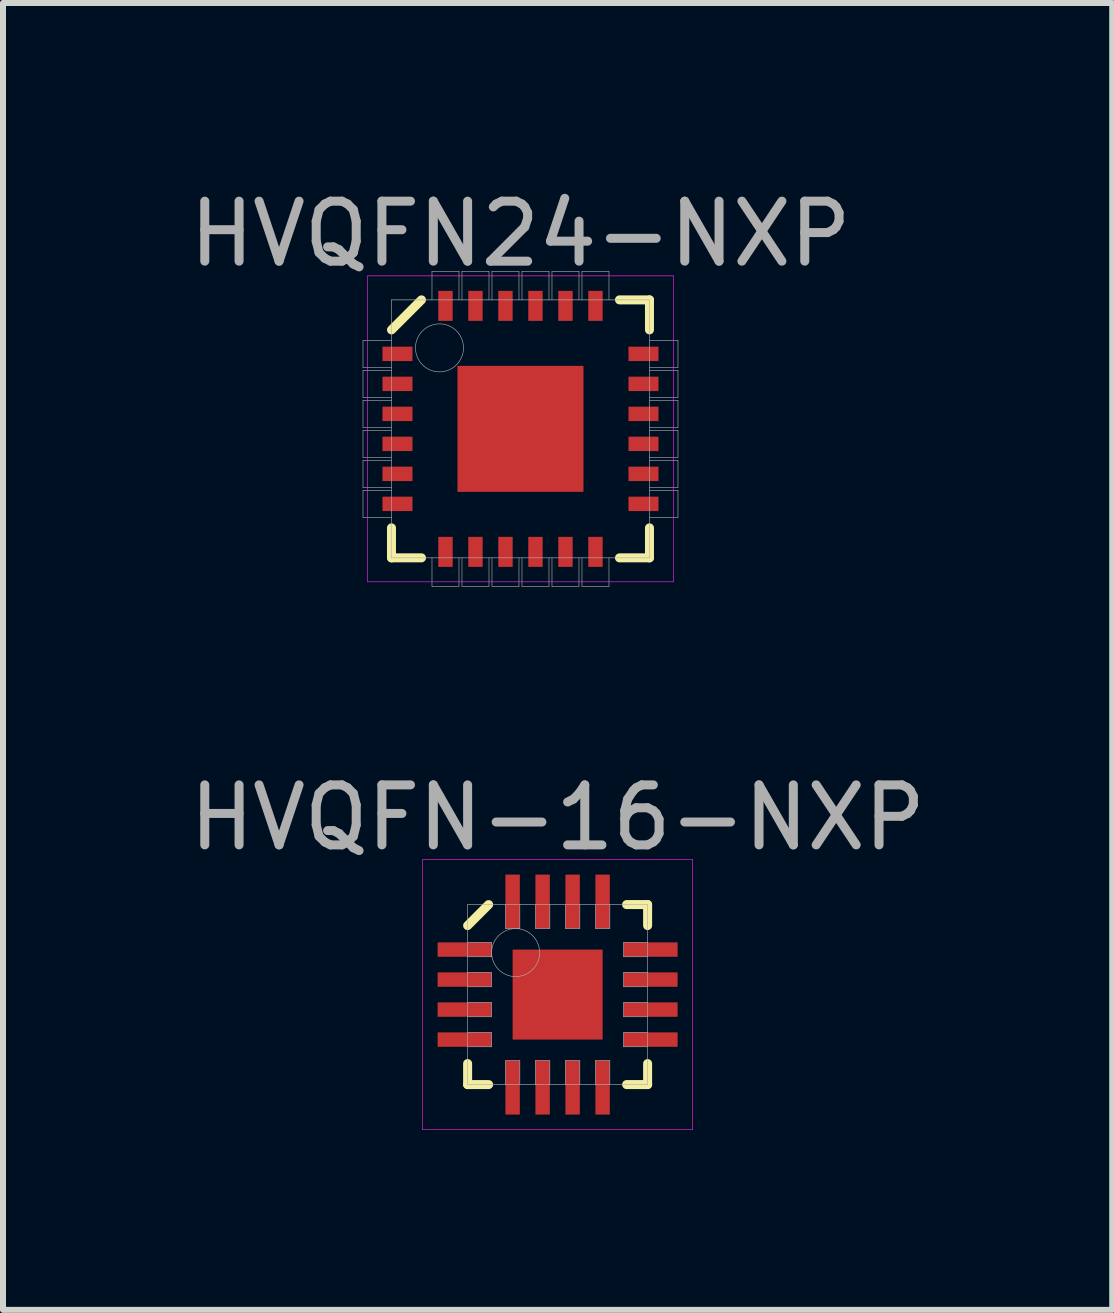
<source format=kicad_pcb>
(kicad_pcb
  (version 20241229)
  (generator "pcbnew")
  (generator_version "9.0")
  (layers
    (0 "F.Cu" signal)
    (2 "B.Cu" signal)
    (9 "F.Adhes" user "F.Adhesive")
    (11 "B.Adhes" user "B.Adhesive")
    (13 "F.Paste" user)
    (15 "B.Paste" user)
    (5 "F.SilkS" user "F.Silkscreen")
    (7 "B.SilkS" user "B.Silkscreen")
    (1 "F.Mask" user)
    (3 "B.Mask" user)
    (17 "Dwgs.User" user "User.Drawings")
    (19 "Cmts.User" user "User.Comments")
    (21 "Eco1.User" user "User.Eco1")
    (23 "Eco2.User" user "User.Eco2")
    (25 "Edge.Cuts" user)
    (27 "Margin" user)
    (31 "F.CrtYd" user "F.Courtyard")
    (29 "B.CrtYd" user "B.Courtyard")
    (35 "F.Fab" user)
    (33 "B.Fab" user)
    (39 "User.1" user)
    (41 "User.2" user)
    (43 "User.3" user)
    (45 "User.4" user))
  (footprint "HVQFN24-NXP"
    (layer "F.Cu")
    (at 5.625 4.098)
    (property "Reference" "HVQFN24-NXP" (at 0 -3.25 0) (layer "F.Fab") (effects (font (size 1 1) (thickness 0.15))))
    (attr through_hole)
    (fp_line (start -2.15 -1.65) (end -1.65 -2.15) (stroke (width 0.15) (type solid)) (layer "F.SilkS"))
    (fp_line (start -2.15 2.15) (end -2.15 1.65) (stroke (width 0.15) (type solid)) (layer "F.SilkS"))
    (fp_line (start -1.65 2.15) (end -2.15 2.15) (stroke (width 0.15) (type solid)) (layer "F.SilkS"))
    (fp_line (start 1.65 -2.15) (end 2.15 -2.15) (stroke (width 0.15) (type solid)) (layer "F.SilkS"))
    (fp_line (start 1.65 2.15) (end 2.15 2.15) (stroke (width 0.15) (type solid)) (layer "F.SilkS"))
    (fp_line (start 2.15 -2.15) (end 2.15 -1.65) (stroke (width 0.15) (type solid)) (layer "F.SilkS"))
    (fp_line (start 2.15 2.15) (end 2.15 1.65) (stroke (width 0.15) (type solid)) (layer "F.SilkS"))
    (fp_line (start -2.55 -2.55) (end 2.55 -2.55) (stroke (width 0.01) (type solid)) (layer "F.CrtYd"))
    (fp_line (start -2.55 2.55) (end -2.55 -2.55) (stroke (width 0.01) (type solid)) (layer "F.CrtYd"))
    (fp_line (start 2.55 -2.55) (end 2.55 2.55) (stroke (width 0.01) (type solid)) (layer "F.CrtYd"))
    (fp_line (start 2.55 2.55) (end -2.55 2.55) (stroke (width 0.01) (type solid)) (layer "F.CrtYd"))
    (fp_line (start -2.625 -1.475) (end -2.15 -1.475) (stroke (width 0.01) (type solid)) (layer "F.Fab"))
    (fp_line (start -2.625 -1.025) (end -2.625 -1.475) (stroke (width 0.01) (type solid)) (layer "F.Fab"))
    (fp_line (start -2.625 -0.975) (end -2.15 -0.975) (stroke (width 0.01) (type solid)) (layer "F.Fab"))
    (fp_line (start -2.625 -0.525) (end -2.625 -0.975) (stroke (width 0.01) (type solid)) (layer "F.Fab"))
    (fp_line (start -2.625 -0.475) (end -2.15 -0.475) (stroke (width 0.01) (type solid)) (layer "F.Fab"))
    (fp_line (start -2.625 -0.025) (end -2.625 -0.475) (stroke (width 0.01) (type solid)) (layer "F.Fab"))
    (fp_line (start -2.625 0.025) (end -2.15 0.025) (stroke (width 0.01) (type solid)) (layer "F.Fab"))
    (fp_line (start -2.625 0.475) (end -2.625 0.025) (stroke (width 0.01) (type solid)) (layer "F.Fab"))
    (fp_line (start -2.625 0.525) (end -2.15 0.525) (stroke (width 0.01) (type solid)) (layer "F.Fab"))
    (fp_line (start -2.625 0.975) (end -2.625 0.525) (stroke (width 0.01) (type solid)) (layer "F.Fab"))
    (fp_line (start -2.625 1.025) (end -2.15 1.025) (stroke (width 0.01) (type solid)) (layer "F.Fab"))
    (fp_line (start -2.625 1.475) (end -2.625 1.025) (stroke (width 0.01) (type solid)) (layer "F.Fab"))
    (fp_line (start -2.15 -2.15) (end 2.15 -2.15) (stroke (width 0.01) (type solid)) (layer "F.Fab"))
    (fp_line (start -2.15 -1.025) (end -2.625 -1.025) (stroke (width 0.01) (type solid)) (layer "F.Fab"))
    (fp_line (start -2.15 -0.525) (end -2.625 -0.525) (stroke (width 0.01) (type solid)) (layer "F.Fab"))
    (fp_line (start -2.15 -0.025) (end -2.625 -0.025) (stroke (width 0.01) (type solid)) (layer "F.Fab"))
    (fp_line (start -2.15 0.475) (end -2.625 0.475) (stroke (width 0.01) (type solid)) (layer "F.Fab"))
    (fp_line (start -2.15 0.975) (end -2.625 0.975) (stroke (width 0.01) (type solid)) (layer "F.Fab"))
    (fp_line (start -2.15 1.475) (end -2.625 1.475) (stroke (width 0.01) (type solid)) (layer "F.Fab"))
    (fp_line (start -2.15 2.15) (end -2.15 -2.15) (stroke (width 0.01) (type solid)) (layer "F.Fab"))
    (fp_line (start -1.475 -2.625) (end -1.025 -2.625) (stroke (width 0.01) (type solid)) (layer "F.Fab"))
    (fp_line (start -1.475 -2.15) (end -1.475 -2.625) (stroke (width 0.01) (type solid)) (layer "F.Fab"))
    (fp_line (start -1.475 2.625) (end -1.475 2.15) (stroke (width 0.01) (type solid)) (layer "F.Fab"))
    (fp_line (start -1.025 -2.625) (end -1.025 -2.15) (stroke (width 0.01) (type solid)) (layer "F.Fab"))
    (fp_line (start -1.025 2.15) (end -1.025 2.625) (stroke (width 0.01) (type solid)) (layer "F.Fab"))
    (fp_line (start -1.025 2.625) (end -1.475 2.625) (stroke (width 0.01) (type solid)) (layer "F.Fab"))
    (fp_line (start -0.975 -2.625) (end -0.525 -2.625) (stroke (width 0.01) (type solid)) (layer "F.Fab"))
    (fp_line (start -0.975 -2.15) (end -0.975 -2.625) (stroke (width 0.01) (type solid)) (layer "F.Fab"))
    (fp_line (start -0.975 2.625) (end -0.975 2.15) (stroke (width 0.01) (type solid)) (layer "F.Fab"))
    (fp_line (start -0.525 -2.625) (end -0.525 -2.15) (stroke (width 0.01) (type solid)) (layer "F.Fab"))
    (fp_line (start -0.525 2.15) (end -0.525 2.625) (stroke (width 0.01) (type solid)) (layer "F.Fab"))
    (fp_line (start -0.525 2.625) (end -0.975 2.625) (stroke (width 0.01) (type solid)) (layer "F.Fab"))
    (fp_line (start -0.475 -2.625) (end -0.025 -2.625) (stroke (width 0.01) (type solid)) (layer "F.Fab"))
    (fp_line (start -0.475 -2.15) (end -0.475 -2.625) (stroke (width 0.01) (type solid)) (layer "F.Fab"))
    (fp_line (start -0.475 2.625) (end -0.475 2.15) (stroke (width 0.01) (type solid)) (layer "F.Fab"))
    (fp_line (start -0.025 -2.625) (end -0.025 -2.15) (stroke (width 0.01) (type solid)) (layer "F.Fab"))
    (fp_line (start -0.025 2.15) (end -0.025 2.625) (stroke (width 0.01) (type solid)) (layer "F.Fab"))
    (fp_line (start -0.025 2.625) (end -0.475 2.625) (stroke (width 0.01) (type solid)) (layer "F.Fab"))
    (fp_line (start 0.025 -2.625) (end 0.475 -2.625) (stroke (width 0.01) (type solid)) (layer "F.Fab"))
    (fp_line (start 0.025 -2.15) (end 0.025 -2.625) (stroke (width 0.01) (type solid)) (layer "F.Fab"))
    (fp_line (start 0.025 2.625) (end 0.025 2.15) (stroke (width 0.01) (type solid)) (layer "F.Fab"))
    (fp_line (start 0.475 -2.625) (end 0.475 -2.15) (stroke (width 0.01) (type solid)) (layer "F.Fab"))
    (fp_line (start 0.475 2.15) (end 0.475 2.625) (stroke (width 0.01) (type solid)) (layer "F.Fab"))
    (fp_line (start 0.475 2.625) (end 0.025 2.625) (stroke (width 0.01) (type solid)) (layer "F.Fab"))
    (fp_line (start 0.525 -2.625) (end 0.975 -2.625) (stroke (width 0.01) (type solid)) (layer "F.Fab"))
    (fp_line (start 0.525 -2.15) (end 0.525 -2.625) (stroke (width 0.01) (type solid)) (layer "F.Fab"))
    (fp_line (start 0.525 2.625) (end 0.525 2.15) (stroke (width 0.01) (type solid)) (layer "F.Fab"))
    (fp_line (start 0.975 -2.625) (end 0.975 -2.15) (stroke (width 0.01) (type solid)) (layer "F.Fab"))
    (fp_line (start 0.975 2.15) (end 0.975 2.625) (stroke (width 0.01) (type solid)) (layer "F.Fab"))
    (fp_line (start 0.975 2.625) (end 0.525 2.625) (stroke (width 0.01) (type solid)) (layer "F.Fab"))
    (fp_line (start 1.025 -2.625) (end 1.475 -2.625) (stroke (width 0.01) (type solid)) (layer "F.Fab"))
    (fp_line (start 1.025 -2.15) (end 1.025 -2.625) (stroke (width 0.01) (type solid)) (layer "F.Fab"))
    (fp_line (start 1.025 2.625) (end 1.025 2.15) (stroke (width 0.01) (type solid)) (layer "F.Fab"))
    (fp_line (start 1.475 -2.625) (end 1.475 -2.15) (stroke (width 0.01) (type solid)) (layer "F.Fab"))
    (fp_line (start 1.475 2.15) (end 1.475 2.625) (stroke (width 0.01) (type solid)) (layer "F.Fab"))
    (fp_line (start 1.475 2.625) (end 1.025 2.625) (stroke (width 0.01) (type solid)) (layer "F.Fab"))
    (fp_line (start 2.15 -2.15) (end 2.15 2.15) (stroke (width 0.01) (type solid)) (layer "F.Fab"))
    (fp_line (start 2.15 -1.475) (end 2.625 -1.475) (stroke (width 0.01) (type solid)) (layer "F.Fab"))
    (fp_line (start 2.15 -0.975) (end 2.625 -0.975) (stroke (width 0.01) (type solid)) (layer "F.Fab"))
    (fp_line (start 2.15 -0.475) (end 2.625 -0.475) (stroke (width 0.01) (type solid)) (layer "F.Fab"))
    (fp_line (start 2.15 0.025) (end 2.625 0.025) (stroke (width 0.01) (type solid)) (layer "F.Fab"))
    (fp_line (start 2.15 0.525) (end 2.625 0.525) (stroke (width 0.01) (type solid)) (layer "F.Fab"))
    (fp_line (start 2.15 1.025) (end 2.625 1.025) (stroke (width 0.01) (type solid)) (layer "F.Fab"))
    (fp_line (start 2.15 2.15) (end -2.15 2.15) (stroke (width 0.01) (type solid)) (layer "F.Fab"))
    (fp_line (start 2.625 -1.475) (end 2.625 -1.025) (stroke (width 0.01) (type solid)) (layer "F.Fab"))
    (fp_line (start 2.625 -1.025) (end 2.15 -1.025) (stroke (width 0.01) (type solid)) (layer "F.Fab"))
    (fp_line (start 2.625 -0.975) (end 2.625 -0.525) (stroke (width 0.01) (type solid)) (layer "F.Fab"))
    (fp_line (start 2.625 -0.525) (end 2.15 -0.525) (stroke (width 0.01) (type solid)) (layer "F.Fab"))
    (fp_line (start 2.625 -0.475) (end 2.625 -0.025) (stroke (width 0.01) (type solid)) (layer "F.Fab"))
    (fp_line (start 2.625 -0.025) (end 2.15 -0.025) (stroke (width 0.01) (type solid)) (layer "F.Fab"))
    (fp_line (start 2.625 0.025) (end 2.625 0.475) (stroke (width 0.01) (type solid)) (layer "F.Fab"))
    (fp_line (start 2.625 0.475) (end 2.15 0.475) (stroke (width 0.01) (type solid)) (layer "F.Fab"))
    (fp_line (start 2.625 0.525) (end 2.625 0.975) (stroke (width 0.01) (type solid)) (layer "F.Fab"))
    (fp_line (start 2.625 0.975) (end 2.15 0.975) (stroke (width 0.01) (type solid)) (layer "F.Fab"))
    (fp_line (start 2.625 1.025) (end 2.625 1.475) (stroke (width 0.01) (type solid)) (layer "F.Fab"))
    (fp_line (start 2.625 1.475) (end 2.15 1.475) (stroke (width 0.01) (type solid)) (layer "F.Fab"))
    (fp_circle (center -1.35 -1.35) (end -1.35 -0.95) (stroke (width 0.01) (type solid)) (fill no) (layer "F.Fab"))
    (pad "1" smd rect (at -2.05 -1.25) (size 0.5 0.24) (layers "F.Cu" "F.Mask" "F.Paste"))
    (pad "2" smd rect (at -2.05 -0.75) (size 0.5 0.24) (layers "F.Cu" "F.Mask" "F.Paste"))
    (pad "3" smd rect (at -2.05 -0.25) (size 0.5 0.24) (layers "F.Cu" "F.Mask" "F.Paste"))
    (pad "4" smd rect (at -2.05 0.25) (size 0.5 0.24) (layers "F.Cu" "F.Mask" "F.Paste"))
    (pad "5" smd rect (at -2.05 0.75) (size 0.5 0.24) (layers "F.Cu" "F.Mask" "F.Paste"))
    (pad "6" smd rect (at -2.05 1.25) (size 0.5 0.24) (layers "F.Cu" "F.Mask" "F.Paste"))
    (pad "7" smd rect (at -1.25 2.05) (size 0.24 0.5) (layers "F.Cu" "F.Mask" "F.Paste"))
    (pad "8" smd rect (at -0.75 2.05) (size 0.24 0.5) (layers "F.Cu" "F.Mask" "F.Paste"))
    (pad "9" smd rect (at -0.25 2.05) (size 0.24 0.5) (layers "F.Cu" "F.Mask" "F.Paste"))
    (pad "10" smd rect (at 0.25 2.05) (size 0.24 0.5) (layers "F.Cu" "F.Mask" "F.Paste"))
    (pad "11" smd rect (at 0.75 2.05) (size 0.24 0.5) (layers "F.Cu" "F.Mask" "F.Paste"))
    (pad "12" smd rect (at 1.25 2.05) (size 0.24 0.5) (layers "F.Cu" "F.Mask" "F.Paste"))
    (pad "13" smd rect (at 2.05 1.25) (size 0.5 0.24) (layers "F.Cu" "F.Mask" "F.Paste"))
    (pad "14" smd rect (at 2.05 0.75) (size 0.5 0.24) (layers "F.Cu" "F.Mask" "F.Paste"))
    (pad "15" smd rect (at 2.05 0.25) (size 0.5 0.24) (layers "F.Cu" "F.Mask" "F.Paste"))
    (pad "16" smd rect (at 2.05 -0.25) (size 0.5 0.24) (layers "F.Cu" "F.Mask" "F.Paste"))
    (pad "17" smd rect (at 2.05 -0.75) (size 0.5 0.24) (layers "F.Cu" "F.Mask" "F.Paste"))
    (pad "18" smd rect (at 2.05 -1.25) (size 0.5 0.24) (layers "F.Cu" "F.Mask" "F.Paste"))
    (pad "19" smd rect (at 1.25 -2.05) (size 0.24 0.5) (layers "F.Cu" "F.Mask" "F.Paste"))
    (pad "20" smd rect (at 0.75 -2.05) (size 0.24 0.5) (layers "F.Cu" "F.Mask" "F.Paste"))
    (pad "21" smd rect (at 0.25 -2.05) (size 0.24 0.5) (layers "F.Cu" "F.Mask" "F.Paste"))
    (pad "22" smd rect (at -0.25 -2.05) (size 0.24 0.5) (layers "F.Cu" "F.Mask" "F.Paste"))
    (pad "23" smd rect (at -0.75 -2.05) (size 0.24 0.5) (layers "F.Cu" "F.Mask" "F.Paste"))
    (pad "24" smd rect (at -1.25 -2.05) (size 0.24 0.5) (layers "F.Cu" "F.Mask" "F.Paste"))
    (pad "EP" smd rect (at -0.425 -0.425) (size 0.45 0.45) (layers "F.Cu" "F.Mask"))
    (pad "EP" smd rect (at -0.425 -0.425) (size 0.45 0.45) (layers "F.Cu" "F.Paste"))
    (pad "EP" smd rect (at -0.425 0.425) (size 0.45 0.45) (layers "F.Cu" "F.Mask"))
    (pad "EP" smd rect (at -0.425 0.425) (size 0.45 0.45) (layers "F.Cu" "F.Paste"))
    (pad "EP" smd rect (at 0 0) (size 2.1 2.1) (layers "F.Cu"))
    (pad "EP" smd rect (at 0.425 -0.425) (size 0.45 0.45) (layers "F.Cu" "F.Mask"))
    (pad "EP" smd rect (at 0.425 -0.425) (size 0.45 0.45) (layers "F.Cu" "F.Paste"))
    (pad "EP" smd rect (at 0.425 0.425) (size 0.45 0.45) (layers "F.Cu" "F.Mask"))
    (pad "EP" smd rect (at 0.425 0.425) (size 0.45 0.45) (layers "F.Cu" "F.Paste")))
  (footprint "HVQFN-16-NXP"
    (layer "F.Cu")
    (at 6.244 13.527)
    (property "Reference" "HVQFN-16-NXP" (at 0 -2.95 0) (layer "F.Fab") (effects (font (size 1 1) (thickness 0.15))))
    (attr through_hole)
    (fp_line (start -1.5 -1.15) (end -1.15 -1.5) (stroke (width 0.15) (type solid)) (layer "F.SilkS"))
    (fp_line (start -1.5 1.5) (end -1.5 1.15) (stroke (width 0.15) (type solid)) (layer "F.SilkS"))
    (fp_line (start -1.15 1.5) (end -1.5 1.5) (stroke (width 0.15) (type solid)) (layer "F.SilkS"))
    (fp_line (start 1.15 -1.5) (end 1.5 -1.5) (stroke (width 0.15) (type solid)) (layer "F.SilkS"))
    (fp_line (start 1.15 1.5) (end 1.5 1.5) (stroke (width 0.15) (type solid)) (layer "F.SilkS"))
    (fp_line (start 1.5 -1.5) (end 1.5 -1.15) (stroke (width 0.15) (type solid)) (layer "F.SilkS"))
    (fp_line (start 1.5 1.5) (end 1.5 1.15) (stroke (width 0.15) (type solid)) (layer "F.SilkS"))
    (fp_line (start -2.25 -2.25) (end 2.25 -2.25) (stroke (width 0.01) (type solid)) (layer "F.CrtYd"))
    (fp_line (start -2.25 2.25) (end -2.25 -2.25) (stroke (width 0.01) (type solid)) (layer "F.CrtYd"))
    (fp_line (start 2.25 -2.25) (end 2.25 2.25) (stroke (width 0.01) (type solid)) (layer "F.CrtYd"))
    (fp_line (start 2.25 2.25) (end -2.25 2.25) (stroke (width 0.01) (type solid)) (layer "F.CrtYd"))
    (fp_line (start -1.5 -1.5) (end 1.5 -1.5) (stroke (width 0.01) (type solid)) (layer "F.Fab"))
    (fp_line (start -1.5 -0.63) (end -1.1 -0.63) (stroke (width 0.01) (type solid)) (layer "F.Fab"))
    (fp_line (start -1.5 -0.13) (end -1.1 -0.13) (stroke (width 0.01) (type solid)) (layer "F.Fab"))
    (fp_line (start -1.5 0.37) (end -1.1 0.37) (stroke (width 0.01) (type solid)) (layer "F.Fab"))
    (fp_line (start -1.5 0.87) (end -1.1 0.87) (stroke (width 0.01) (type solid)) (layer "F.Fab"))
    (fp_line (start -1.5 1.5) (end -1.5 -1.5) (stroke (width 0.01) (type solid)) (layer "F.Fab"))
    (fp_line (start -1.1 -0.87) (end -1.5 -0.87) (stroke (width 0.01) (type solid)) (layer "F.Fab"))
    (fp_line (start -1.1 -0.63) (end -1.1 -0.87) (stroke (width 0.01) (type solid)) (layer "F.Fab"))
    (fp_line (start -1.1 -0.37) (end -1.5 -0.37) (stroke (width 0.01) (type solid)) (layer "F.Fab"))
    (fp_line (start -1.1 -0.13) (end -1.1 -0.37) (stroke (width 0.01) (type solid)) (layer "F.Fab"))
    (fp_line (start -1.1 0.13) (end -1.5 0.13) (stroke (width 0.01) (type solid)) (layer "F.Fab"))
    (fp_line (start -1.1 0.37) (end -1.1 0.13) (stroke (width 0.01) (type solid)) (layer "F.Fab"))
    (fp_line (start -1.1 0.63) (end -1.5 0.63) (stroke (width 0.01) (type solid)) (layer "F.Fab"))
    (fp_line (start -1.1 0.87) (end -1.1 0.63) (stroke (width 0.01) (type solid)) (layer "F.Fab"))
    (fp_line (start -0.87 -1.5) (end -0.87 -1.1) (stroke (width 0.01) (type solid)) (layer "F.Fab"))
    (fp_line (start -0.87 -1.1) (end -0.63 -1.1) (stroke (width 0.01) (type solid)) (layer "F.Fab"))
    (fp_line (start -0.87 1.1) (end -0.87 1.5) (stroke (width 0.01) (type solid)) (layer "F.Fab"))
    (fp_line (start -0.63 -1.1) (end -0.63 -1.5) (stroke (width 0.01) (type solid)) (layer "F.Fab"))
    (fp_line (start -0.63 1.1) (end -0.87 1.1) (stroke (width 0.01) (type solid)) (layer "F.Fab"))
    (fp_line (start -0.63 1.5) (end -0.63 1.1) (stroke (width 0.01) (type solid)) (layer "F.Fab"))
    (fp_line (start -0.37 -1.5) (end -0.37 -1.1) (stroke (width 0.01) (type solid)) (layer "F.Fab"))
    (fp_line (start -0.37 -1.1) (end -0.13 -1.1) (stroke (width 0.01) (type solid)) (layer "F.Fab"))
    (fp_line (start -0.37 1.1) (end -0.37 1.5) (stroke (width 0.01) (type solid)) (layer "F.Fab"))
    (fp_line (start -0.13 -1.1) (end -0.13 -1.5) (stroke (width 0.01) (type solid)) (layer "F.Fab"))
    (fp_line (start -0.13 1.1) (end -0.37 1.1) (stroke (width 0.01) (type solid)) (layer "F.Fab"))
    (fp_line (start -0.13 1.5) (end -0.13 1.1) (stroke (width 0.01) (type solid)) (layer "F.Fab"))
    (fp_line (start 0.13 -1.5) (end 0.13 -1.1) (stroke (width 0.01) (type solid)) (layer "F.Fab"))
    (fp_line (start 0.13 -1.1) (end 0.37 -1.1) (stroke (width 0.01) (type solid)) (layer "F.Fab"))
    (fp_line (start 0.13 1.1) (end 0.13 1.5) (stroke (width 0.01) (type solid)) (layer "F.Fab"))
    (fp_line (start 0.37 -1.1) (end 0.37 -1.5) (stroke (width 0.01) (type solid)) (layer "F.Fab"))
    (fp_line (start 0.37 1.1) (end 0.13 1.1) (stroke (width 0.01) (type solid)) (layer "F.Fab"))
    (fp_line (start 0.37 1.5) (end 0.37 1.1) (stroke (width 0.01) (type solid)) (layer "F.Fab"))
    (fp_line (start 0.63 -1.5) (end 0.63 -1.1) (stroke (width 0.01) (type solid)) (layer "F.Fab"))
    (fp_line (start 0.63 -1.1) (end 0.87 -1.1) (stroke (width 0.01) (type solid)) (layer "F.Fab"))
    (fp_line (start 0.63 1.1) (end 0.63 1.5) (stroke (width 0.01) (type solid)) (layer "F.Fab"))
    (fp_line (start 0.87 -1.1) (end 0.87 -1.5) (stroke (width 0.01) (type solid)) (layer "F.Fab"))
    (fp_line (start 0.87 1.1) (end 0.63 1.1) (stroke (width 0.01) (type solid)) (layer "F.Fab"))
    (fp_line (start 0.87 1.5) (end 0.87 1.1) (stroke (width 0.01) (type solid)) (layer "F.Fab"))
    (fp_line (start 1.1 -0.87) (end 1.1 -0.63) (stroke (width 0.01) (type solid)) (layer "F.Fab"))
    (fp_line (start 1.1 -0.63) (end 1.5 -0.63) (stroke (width 0.01) (type solid)) (layer "F.Fab"))
    (fp_line (start 1.1 -0.37) (end 1.1 -0.13) (stroke (width 0.01) (type solid)) (layer "F.Fab"))
    (fp_line (start 1.1 -0.13) (end 1.5 -0.13) (stroke (width 0.01) (type solid)) (layer "F.Fab"))
    (fp_line (start 1.1 0.13) (end 1.1 0.37) (stroke (width 0.01) (type solid)) (layer "F.Fab"))
    (fp_line (start 1.1 0.37) (end 1.5 0.37) (stroke (width 0.01) (type solid)) (layer "F.Fab"))
    (fp_line (start 1.1 0.63) (end 1.1 0.87) (stroke (width 0.01) (type solid)) (layer "F.Fab"))
    (fp_line (start 1.1 0.87) (end 1.5 0.87) (stroke (width 0.01) (type solid)) (layer "F.Fab"))
    (fp_line (start 1.5 -1.5) (end 1.5 1.5) (stroke (width 0.01) (type solid)) (layer "F.Fab"))
    (fp_line (start 1.5 -0.87) (end 1.1 -0.87) (stroke (width 0.01) (type solid)) (layer "F.Fab"))
    (fp_line (start 1.5 -0.37) (end 1.1 -0.37) (stroke (width 0.01) (type solid)) (layer "F.Fab"))
    (fp_line (start 1.5 0.13) (end 1.1 0.13) (stroke (width 0.01) (type solid)) (layer "F.Fab"))
    (fp_line (start 1.5 0.63) (end 1.1 0.63) (stroke (width 0.01) (type solid)) (layer "F.Fab"))
    (fp_line (start 1.5 1.5) (end -1.5 1.5) (stroke (width 0.01) (type solid)) (layer "F.Fab"))
    (fp_circle (center -0.7 -0.7) (end -0.7 -0.3) (stroke (width 0.01) (type solid)) (fill no) (layer "F.Fab"))
    (pad "1" smd rect (at -1.55 -0.75) (size 0.9 0.24) (layers "F.Cu" "F.Mask" "F.Paste"))
    (pad "2" smd rect (at -1.55 -0.25) (size 0.9 0.24) (layers "F.Cu" "F.Mask" "F.Paste"))
    (pad "3" smd rect (at -1.55 0.25) (size 0.9 0.24) (layers "F.Cu" "F.Mask" "F.Paste"))
    (pad "4" smd rect (at -1.55 0.75) (size 0.9 0.24) (layers "F.Cu" "F.Mask" "F.Paste"))
    (pad "5" smd rect (at -0.75 1.55) (size 0.24 0.9) (layers "F.Cu" "F.Mask" "F.Paste"))
    (pad "6" smd rect (at -0.25 1.55) (size 0.24 0.9) (layers "F.Cu" "F.Mask" "F.Paste"))
    (pad "7" smd rect (at 0.25 1.55) (size 0.24 0.9) (layers "F.Cu" "F.Mask" "F.Paste"))
    (pad "8" smd rect (at 0.75 1.55) (size 0.24 0.9) (layers "F.Cu" "F.Mask" "F.Paste"))
    (pad "9" smd rect (at 1.55 0.75) (size 0.9 0.24) (layers "F.Cu" "F.Mask" "F.Paste"))
    (pad "10" smd rect (at 1.55 0.25) (size 0.9 0.24) (layers "F.Cu" "F.Mask" "F.Paste"))
    (pad "11" smd rect (at 1.55 -0.25) (size 0.9 0.24) (layers "F.Cu" "F.Mask" "F.Paste"))
    (pad "12" smd rect (at 1.55 -0.75) (size 0.9 0.24) (layers "F.Cu" "F.Mask" "F.Paste"))
    (pad "13" smd rect (at 0.75 -1.55) (size 0.24 0.9) (layers "F.Cu" "F.Mask" "F.Paste"))
    (pad "14" smd rect (at 0.25 -1.55) (size 0.24 0.9) (layers "F.Cu" "F.Mask" "F.Paste"))
    (pad "15" smd rect (at -0.25 -1.55) (size 0.24 0.9) (layers "F.Cu" "F.Mask" "F.Paste"))
    (pad "16" smd rect (at -0.75 -1.55) (size 0.24 0.9) (layers "F.Cu" "F.Mask" "F.Paste"))
    (pad "EP" smd rect (at -0.305 -0.305) (size 0.3 0.3) (layers "F.Cu" "F.Mask"))
    (pad "EP" smd rect (at -0.305 -0.305) (size 0.3 0.3) (layers "F.Cu" "F.Paste"))
    (pad "EP" smd rect (at -0.305 0.305) (size 0.3 0.3) (layers "F.Cu" "F.Mask"))
    (pad "EP" smd rect (at -0.305 0.305) (size 0.3 0.3) (layers "F.Cu" "F.Paste"))
    (pad "EP" smd rect (at 0 0) (size 1.5 1.5) (layers "F.Cu"))
    (pad "EP" smd rect (at 0.305 -0.305) (size 0.3 0.3) (layers "F.Cu" "F.Mask"))
    (pad "EP" smd rect (at 0.305 -0.305) (size 0.3 0.3) (layers "F.Cu" "F.Paste"))
    (pad "EP" smd rect (at 0.305 0.305) (size 0.3 0.3) (layers "F.Cu" "F.Mask"))
    (pad "EP" smd rect (at 0.305 0.305) (size 0.3 0.3) (layers "F.Cu" "F.Paste")))
  (gr_rect
    (start -3 -3)
    (end 15.488 18.782)
    (stroke (width 0.1) (type default))
    (fill no)
    (layer "Edge.Cuts")))
</source>
